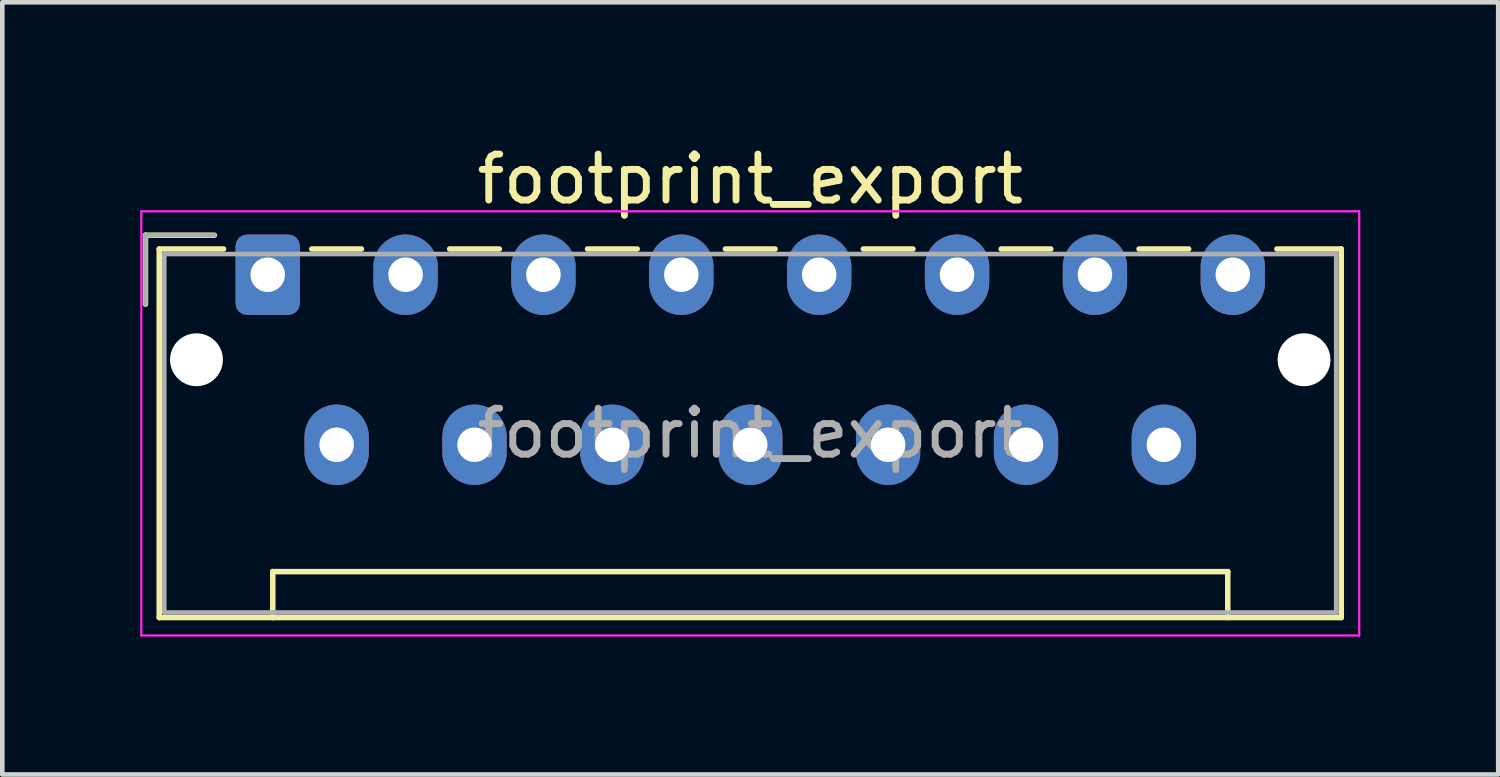
<source format=kicad_pcb>
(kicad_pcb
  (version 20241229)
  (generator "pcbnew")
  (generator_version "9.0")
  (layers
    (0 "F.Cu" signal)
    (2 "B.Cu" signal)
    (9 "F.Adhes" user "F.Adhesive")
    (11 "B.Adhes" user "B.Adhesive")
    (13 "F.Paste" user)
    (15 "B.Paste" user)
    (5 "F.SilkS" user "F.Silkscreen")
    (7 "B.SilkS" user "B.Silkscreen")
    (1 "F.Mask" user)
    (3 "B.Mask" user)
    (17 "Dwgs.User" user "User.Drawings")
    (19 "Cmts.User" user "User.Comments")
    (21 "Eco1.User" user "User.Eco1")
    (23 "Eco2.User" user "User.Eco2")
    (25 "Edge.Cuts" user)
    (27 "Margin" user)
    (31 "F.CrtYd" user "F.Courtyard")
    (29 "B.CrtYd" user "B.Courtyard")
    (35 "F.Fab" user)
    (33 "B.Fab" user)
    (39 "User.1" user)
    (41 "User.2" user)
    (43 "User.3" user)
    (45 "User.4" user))
  (footprint "footprint_export"
    (layer "F.Cu")
    (at 2.775 2.928)
    (property "Reference" "footprint_export" (at 10.5 -2.08 0) (layer "F.SilkS") (effects (font (size 1 1) (thickness 0.15))))
    (attr through_hole)
    (fp_line (start -2.66 -0.86) (end -1.16 -0.86) (stroke (width 0.12) (type solid)) (layer "F.SilkS"))
    (fp_line (start -2.66 0.64) (end -2.66 -0.86) (stroke (width 0.12) (type solid)) (layer "F.SilkS"))
    (fp_line (start -2.36 -0.56) (end -2.36 7.46) (stroke (width 0.12) (type solid)) (layer "F.SilkS"))
    (fp_line (start -2.36 7.46) (end 23.36 7.46) (stroke (width 0.12) (type solid)) (layer "F.SilkS"))
    (fp_line (start -0.96 -0.56) (end -2.36 -0.56) (stroke (width 0.12) (type solid)) (layer "F.SilkS"))
    (fp_line (start 0.11 6.46) (end 20.89 6.46) (stroke (width 0.12) (type solid)) (layer "F.SilkS"))
    (fp_line (start 0.11 7.46) (end 0.11 6.46) (stroke (width 0.12) (type solid)) (layer "F.SilkS"))
    (fp_line (start 0.96 -0.56) (end 2.04 -0.56) (stroke (width 0.12) (type solid)) (layer "F.SilkS"))
    (fp_line (start 3.96 -0.56) (end 5.04 -0.56) (stroke (width 0.12) (type solid)) (layer "F.SilkS"))
    (fp_line (start 6.96 -0.56) (end 8.04 -0.56) (stroke (width 0.12) (type solid)) (layer "F.SilkS"))
    (fp_line (start 9.96 -0.56) (end 11.04 -0.56) (stroke (width 0.12) (type solid)) (layer "F.SilkS"))
    (fp_line (start 12.96 -0.56) (end 14.04 -0.56) (stroke (width 0.12) (type solid)) (layer "F.SilkS"))
    (fp_line (start 15.96 -0.56) (end 17.04 -0.56) (stroke (width 0.12) (type solid)) (layer "F.SilkS"))
    (fp_line (start 18.96 -0.56) (end 20.04 -0.56) (stroke (width 0.12) (type solid)) (layer "F.SilkS"))
    (fp_line (start 20.89 6.46) (end 20.89 7.46) (stroke (width 0.12) (type solid)) (layer "F.SilkS"))
    (fp_line (start 23.36 -0.56) (end 21.96 -0.56) (stroke (width 0.12) (type solid)) (layer "F.SilkS"))
    (fp_line (start 23.36 7.46) (end 23.36 -0.56) (stroke (width 0.12) (type solid)) (layer "F.SilkS"))
    (fp_line (start -2.75 -1.38) (end -2.75 7.85) (stroke (width 0.05) (type solid)) (layer "F.CrtYd"))
    (fp_line (start -2.75 7.85) (end 23.75 7.85) (stroke (width 0.05) (type solid)) (layer "F.CrtYd"))
    (fp_line (start 23.75 -1.38) (end -2.75 -1.38) (stroke (width 0.05) (type solid)) (layer "F.CrtYd"))
    (fp_line (start 23.75 7.85) (end 23.75 -1.38) (stroke (width 0.05) (type solid)) (layer "F.CrtYd"))
    (fp_line (start -2.66 -0.86) (end -1.16 -0.86) (stroke (width 0.1) (type solid)) (layer "F.Fab"))
    (fp_line (start -2.66 0.64) (end -2.66 -0.86) (stroke (width 0.1) (type solid)) (layer "F.Fab"))
    (fp_line (start -2.25 -0.45) (end -2.25 7.35) (stroke (width 0.1) (type solid)) (layer "F.Fab"))
    (fp_line (start -2.25 7.35) (end 23.25 7.35) (stroke (width 0.1) (type solid)) (layer "F.Fab"))
    (fp_line (start 23.25 -0.45) (end -2.25 -0.45) (stroke (width 0.1) (type solid)) (layer "F.Fab"))
    (fp_line (start 23.25 7.35) (end 23.25 -0.45) (stroke (width 0.1) (type solid)) (layer "F.Fab"))
    (fp_text user "${REFERENCE}" (at 10.5 3.45 0) (layer "F.Fab") (effects (font (size 1 1) (thickness 0.15))))
    (pad "" np_thru_hole circle (at -1.55 1.85) (size 1.15 1.15) (drill 1.15) (layers "*.Cu" "*.Mask"))
    (pad "" np_thru_hole circle (at 22.55 1.85) (size 1.15 1.15) (drill 1.15) (layers "*.Cu" "*.Mask"))
    (pad "1" thru_hole roundrect (at 0 0) (size 1.4 1.75) (drill 0.75) (layers "*.Cu" "*.Mask") (roundrect_rratio 0.179))
    (pad "2" thru_hole oval (at 1.5 3.7) (size 1.4 1.75) (drill 0.75) (layers "*.Cu" "*.Mask"))
    (pad "3" thru_hole oval (at 3 0) (size 1.4 1.75) (drill 0.75) (layers "*.Cu" "*.Mask"))
    (pad "4" thru_hole oval (at 4.5 3.7) (size 1.4 1.75) (drill 0.75) (layers "*.Cu" "*.Mask"))
    (pad "5" thru_hole oval (at 6 0) (size 1.4 1.75) (drill 0.75) (layers "*.Cu" "*.Mask"))
    (pad "6" thru_hole oval (at 7.5 3.7) (size 1.4 1.75) (drill 0.75) (layers "*.Cu" "*.Mask"))
    (pad "7" thru_hole oval (at 9 0) (size 1.4 1.75) (drill 0.75) (layers "*.Cu" "*.Mask"))
    (pad "8" thru_hole oval (at 10.5 3.7) (size 1.4 1.75) (drill 0.75) (layers "*.Cu" "*.Mask"))
    (pad "9" thru_hole oval (at 12 0) (size 1.4 1.75) (drill 0.75) (layers "*.Cu" "*.Mask"))
    (pad "10" thru_hole oval (at 13.5 3.7) (size 1.4 1.75) (drill 0.75) (layers "*.Cu" "*.Mask"))
    (pad "11" thru_hole oval (at 15 0) (size 1.4 1.75) (drill 0.75) (layers "*.Cu" "*.Mask"))
    (pad "12" thru_hole oval (at 16.5 3.7) (size 1.4 1.75) (drill 0.75) (layers "*.Cu" "*.Mask"))
    (pad "13" thru_hole oval (at 18 0) (size 1.4 1.75) (drill 0.75) (layers "*.Cu" "*.Mask"))
    (pad "14" thru_hole oval (at 19.5 3.7) (size 1.4 1.75) (drill 0.75) (layers "*.Cu" "*.Mask"))
    (pad "15" thru_hole oval (at 21 0) (size 1.4 1.75) (drill 0.75) (layers "*.Cu" "*.Mask")))
  (gr_rect
    (start -3 -3)
    (end 29.55 13.803)
    (stroke (width 0.1) (type default))
    (fill no)
    (layer "Edge.Cuts")))
</source>
